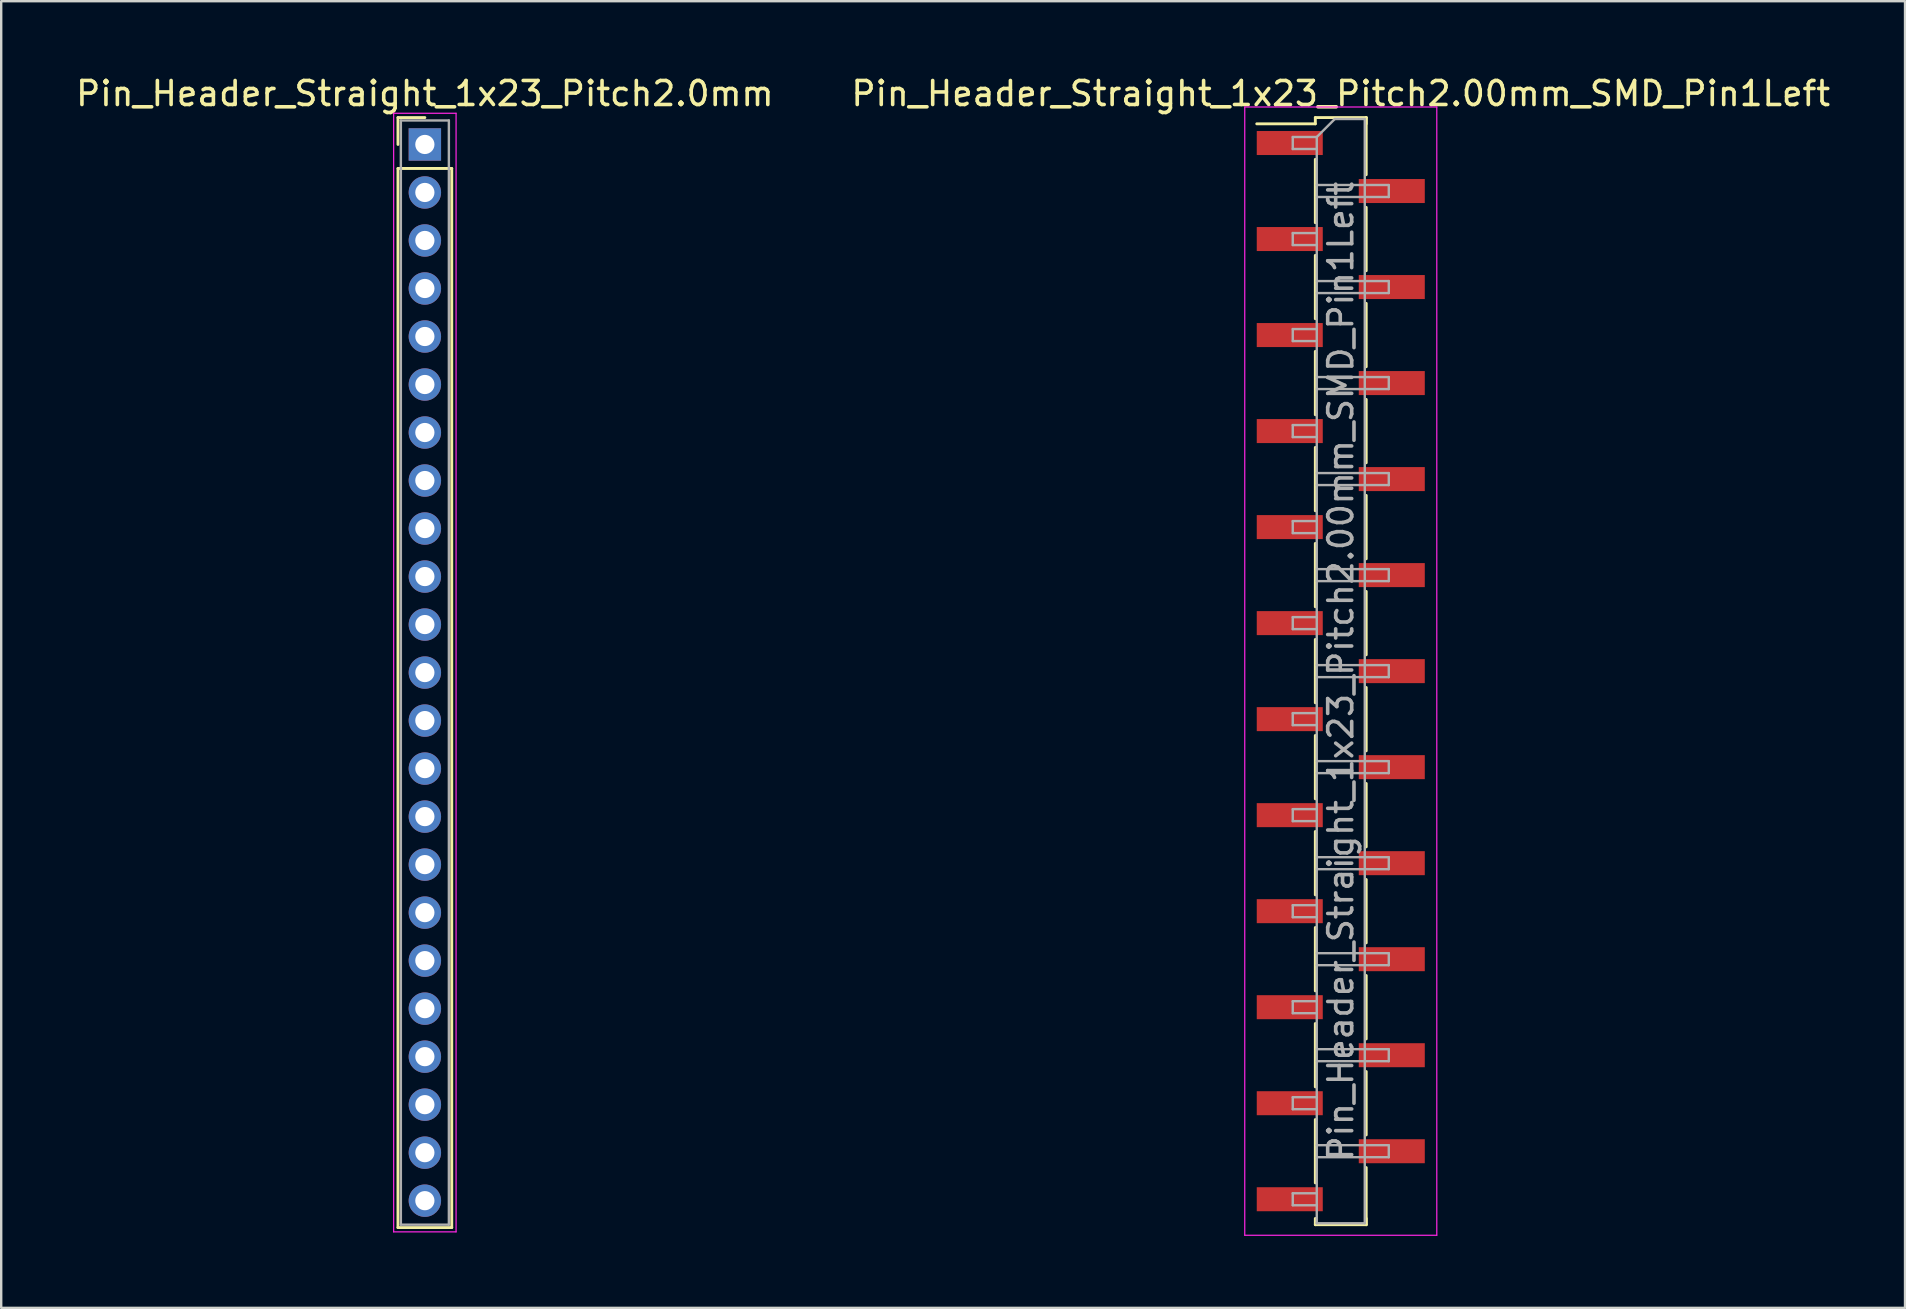
<source format=kicad_pcb>
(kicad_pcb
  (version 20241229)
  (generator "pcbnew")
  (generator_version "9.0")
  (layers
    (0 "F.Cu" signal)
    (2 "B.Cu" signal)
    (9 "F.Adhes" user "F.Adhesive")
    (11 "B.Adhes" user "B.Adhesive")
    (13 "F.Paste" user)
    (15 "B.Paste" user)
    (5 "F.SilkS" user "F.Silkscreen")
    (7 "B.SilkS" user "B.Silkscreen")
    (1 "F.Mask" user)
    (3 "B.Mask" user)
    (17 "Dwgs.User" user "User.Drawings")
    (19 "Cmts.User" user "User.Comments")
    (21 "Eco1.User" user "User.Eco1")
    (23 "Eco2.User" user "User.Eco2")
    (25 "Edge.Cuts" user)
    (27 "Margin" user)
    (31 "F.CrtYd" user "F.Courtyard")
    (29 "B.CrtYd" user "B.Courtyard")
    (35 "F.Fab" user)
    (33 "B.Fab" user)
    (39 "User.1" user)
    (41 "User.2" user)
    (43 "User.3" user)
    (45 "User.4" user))
  (footprint "Pin_Header_Straight_1x23_Pitch2.00mm_SMD_Pin1Left"
    (layer "F.Cu")
    (at 52.804 24.908)
    (property "Reference" "Pin_Header_Straight_1x23_Pitch2.00mm_SMD_Pin1Left" (at 0 -24.06 0) (layer "F.SilkS") (effects (font (size 1 1) (thickness 0.15))))
    (attr smd)
    (fp_line (start -1.06 -23.06) (end 1.06 -23.06) (stroke (width 0.12) (type solid)) (layer "F.SilkS"))
    (fp_line (start -1.06 -22.8) (end -3.5 -22.8) (stroke (width 0.12) (type solid)) (layer "F.SilkS"))
    (fp_line (start -1.06 -22.8) (end -1.06 -23.06) (stroke (width 0.12) (type solid)) (layer "F.SilkS"))
    (fp_line (start -1.06 -21.32) (end -1.06 -18.68) (stroke (width 0.12) (type solid)) (layer "F.SilkS"))
    (fp_line (start -1.06 -17.32) (end -1.06 -14.68) (stroke (width 0.12) (type solid)) (layer "F.SilkS"))
    (fp_line (start -1.06 -13.32) (end -1.06 -10.68) (stroke (width 0.12) (type solid)) (layer "F.SilkS"))
    (fp_line (start -1.06 -9.32) (end -1.06 -6.68) (stroke (width 0.12) (type solid)) (layer "F.SilkS"))
    (fp_line (start -1.06 -5.32) (end -1.06 -2.68) (stroke (width 0.12) (type solid)) (layer "F.SilkS"))
    (fp_line (start -1.06 -1.32) (end -1.06 1.32) (stroke (width 0.12) (type solid)) (layer "F.SilkS"))
    (fp_line (start -1.06 2.68) (end -1.06 5.32) (stroke (width 0.12) (type solid)) (layer "F.SilkS"))
    (fp_line (start -1.06 6.68) (end -1.06 9.32) (stroke (width 0.12) (type solid)) (layer "F.SilkS"))
    (fp_line (start -1.06 10.68) (end -1.06 13.32) (stroke (width 0.12) (type solid)) (layer "F.SilkS"))
    (fp_line (start -1.06 14.68) (end -1.06 17.32) (stroke (width 0.12) (type solid)) (layer "F.SilkS"))
    (fp_line (start -1.06 18.68) (end -1.06 21.32) (stroke (width 0.12) (type solid)) (layer "F.SilkS"))
    (fp_line (start -1.06 22.8) (end -1.06 23.06) (stroke (width 0.12) (type solid)) (layer "F.SilkS"))
    (fp_line (start -1.06 23.06) (end 1.06 23.06) (stroke (width 0.12) (type solid)) (layer "F.SilkS"))
    (fp_line (start 1.06 -23.06) (end 1.06 -22.8) (stroke (width 0.12) (type solid)) (layer "F.SilkS"))
    (fp_line (start 1.06 -23.06) (end 1.06 -20.68) (stroke (width 0.12) (type solid)) (layer "F.SilkS"))
    (fp_line (start 1.06 -19.32) (end 1.06 -16.68) (stroke (width 0.12) (type solid)) (layer "F.SilkS"))
    (fp_line (start 1.06 -15.32) (end 1.06 -12.68) (stroke (width 0.12) (type solid)) (layer "F.SilkS"))
    (fp_line (start 1.06 -11.32) (end 1.06 -8.68) (stroke (width 0.12) (type solid)) (layer "F.SilkS"))
    (fp_line (start 1.06 -7.32) (end 1.06 -4.68) (stroke (width 0.12) (type solid)) (layer "F.SilkS"))
    (fp_line (start 1.06 -3.32) (end 1.06 -0.68) (stroke (width 0.12) (type solid)) (layer "F.SilkS"))
    (fp_line (start 1.06 0.68) (end 1.06 3.32) (stroke (width 0.12) (type solid)) (layer "F.SilkS"))
    (fp_line (start 1.06 4.68) (end 1.06 7.32) (stroke (width 0.12) (type solid)) (layer "F.SilkS"))
    (fp_line (start 1.06 8.68) (end 1.06 11.32) (stroke (width 0.12) (type solid)) (layer "F.SilkS"))
    (fp_line (start 1.06 12.68) (end 1.06 15.32) (stroke (width 0.12) (type solid)) (layer "F.SilkS"))
    (fp_line (start 1.06 16.68) (end 1.06 19.32) (stroke (width 0.12) (type solid)) (layer "F.SilkS"))
    (fp_line (start 1.06 20.68) (end 1.06 23.06) (stroke (width 0.12) (type solid)) (layer "F.SilkS"))
    (fp_line (start 1.06 23.06) (end 1.06 22.8) (stroke (width 0.12) (type solid)) (layer "F.SilkS"))
    (fp_line (start -4 -23.5) (end -4 23.5) (stroke (width 0.05) (type solid)) (layer "F.CrtYd"))
    (fp_line (start -4 23.5) (end 4 23.5) (stroke (width 0.05) (type solid)) (layer "F.CrtYd"))
    (fp_line (start 4 -23.5) (end -4 -23.5) (stroke (width 0.05) (type solid)) (layer "F.CrtYd"))
    (fp_line (start 4 23.5) (end 4 -23.5) (stroke (width 0.05) (type solid)) (layer "F.CrtYd"))
    (fp_line (start -2 -22.25) (end -2 -21.75) (stroke (width 0.1) (type solid)) (layer "F.Fab"))
    (fp_line (start -2 -21.75) (end -1 -21.75) (stroke (width 0.1) (type solid)) (layer "F.Fab"))
    (fp_line (start -2 -18.25) (end -2 -17.75) (stroke (width 0.1) (type solid)) (layer "F.Fab"))
    (fp_line (start -2 -17.75) (end -1 -17.75) (stroke (width 0.1) (type solid)) (layer "F.Fab"))
    (fp_line (start -2 -14.25) (end -2 -13.75) (stroke (width 0.1) (type solid)) (layer "F.Fab"))
    (fp_line (start -2 -13.75) (end -1 -13.75) (stroke (width 0.1) (type solid)) (layer "F.Fab"))
    (fp_line (start -2 -10.25) (end -2 -9.75) (stroke (width 0.1) (type solid)) (layer "F.Fab"))
    (fp_line (start -2 -9.75) (end -1 -9.75) (stroke (width 0.1) (type solid)) (layer "F.Fab"))
    (fp_line (start -2 -6.25) (end -2 -5.75) (stroke (width 0.1) (type solid)) (layer "F.Fab"))
    (fp_line (start -2 -5.75) (end -1 -5.75) (stroke (width 0.1) (type solid)) (layer "F.Fab"))
    (fp_line (start -2 -2.25) (end -2 -1.75) (stroke (width 0.1) (type solid)) (layer "F.Fab"))
    (fp_line (start -2 -1.75) (end -1 -1.75) (stroke (width 0.1) (type solid)) (layer "F.Fab"))
    (fp_line (start -2 1.75) (end -2 2.25) (stroke (width 0.1) (type solid)) (layer "F.Fab"))
    (fp_line (start -2 2.25) (end -1 2.25) (stroke (width 0.1) (type solid)) (layer "F.Fab"))
    (fp_line (start -2 5.75) (end -2 6.25) (stroke (width 0.1) (type solid)) (layer "F.Fab"))
    (fp_line (start -2 6.25) (end -1 6.25) (stroke (width 0.1) (type solid)) (layer "F.Fab"))
    (fp_line (start -2 9.75) (end -2 10.25) (stroke (width 0.1) (type solid)) (layer "F.Fab"))
    (fp_line (start -2 10.25) (end -1 10.25) (stroke (width 0.1) (type solid)) (layer "F.Fab"))
    (fp_line (start -2 13.75) (end -2 14.25) (stroke (width 0.1) (type solid)) (layer "F.Fab"))
    (fp_line (start -2 14.25) (end -1 14.25) (stroke (width 0.1) (type solid)) (layer "F.Fab"))
    (fp_line (start -2 17.75) (end -2 18.25) (stroke (width 0.1) (type solid)) (layer "F.Fab"))
    (fp_line (start -2 18.25) (end -1 18.25) (stroke (width 0.1) (type solid)) (layer "F.Fab"))
    (fp_line (start -2 21.75) (end -2 22.25) (stroke (width 0.1) (type solid)) (layer "F.Fab"))
    (fp_line (start -2 22.25) (end -1 22.25) (stroke (width 0.1) (type solid)) (layer "F.Fab"))
    (fp_line (start -1 -22.25) (end -2 -22.25) (stroke (width 0.1) (type solid)) (layer "F.Fab"))
    (fp_line (start -1 -22.25) (end -0.25 -23) (stroke (width 0.1) (type solid)) (layer "F.Fab"))
    (fp_line (start -1 -20.25) (end 2 -20.25) (stroke (width 0.1) (type solid)) (layer "F.Fab"))
    (fp_line (start -1 -18.25) (end -2 -18.25) (stroke (width 0.1) (type solid)) (layer "F.Fab"))
    (fp_line (start -1 -16.25) (end 2 -16.25) (stroke (width 0.1) (type solid)) (layer "F.Fab"))
    (fp_line (start -1 -14.25) (end -2 -14.25) (stroke (width 0.1) (type solid)) (layer "F.Fab"))
    (fp_line (start -1 -12.25) (end 2 -12.25) (stroke (width 0.1) (type solid)) (layer "F.Fab"))
    (fp_line (start -1 -10.25) (end -2 -10.25) (stroke (width 0.1) (type solid)) (layer "F.Fab"))
    (fp_line (start -1 -8.25) (end 2 -8.25) (stroke (width 0.1) (type solid)) (layer "F.Fab"))
    (fp_line (start -1 -6.25) (end -2 -6.25) (stroke (width 0.1) (type solid)) (layer "F.Fab"))
    (fp_line (start -1 -4.25) (end 2 -4.25) (stroke (width 0.1) (type solid)) (layer "F.Fab"))
    (fp_line (start -1 -2.25) (end -2 -2.25) (stroke (width 0.1) (type solid)) (layer "F.Fab"))
    (fp_line (start -1 -0.25) (end 2 -0.25) (stroke (width 0.1) (type solid)) (layer "F.Fab"))
    (fp_line (start -1 1.75) (end -2 1.75) (stroke (width 0.1) (type solid)) (layer "F.Fab"))
    (fp_line (start -1 3.75) (end 2 3.75) (stroke (width 0.1) (type solid)) (layer "F.Fab"))
    (fp_line (start -1 5.75) (end -2 5.75) (stroke (width 0.1) (type solid)) (layer "F.Fab"))
    (fp_line (start -1 7.75) (end 2 7.75) (stroke (width 0.1) (type solid)) (layer "F.Fab"))
    (fp_line (start -1 9.75) (end -2 9.75) (stroke (width 0.1) (type solid)) (layer "F.Fab"))
    (fp_line (start -1 11.75) (end 2 11.75) (stroke (width 0.1) (type solid)) (layer "F.Fab"))
    (fp_line (start -1 13.75) (end -2 13.75) (stroke (width 0.1) (type solid)) (layer "F.Fab"))
    (fp_line (start -1 15.75) (end 2 15.75) (stroke (width 0.1) (type solid)) (layer "F.Fab"))
    (fp_line (start -1 17.75) (end -2 17.75) (stroke (width 0.1) (type solid)) (layer "F.Fab"))
    (fp_line (start -1 19.75) (end 2 19.75) (stroke (width 0.1) (type solid)) (layer "F.Fab"))
    (fp_line (start -1 21.75) (end -2 21.75) (stroke (width 0.1) (type solid)) (layer "F.Fab"))
    (fp_line (start -1 23) (end -1 -22.25) (stroke (width 0.1) (type solid)) (layer "F.Fab"))
    (fp_line (start -0.25 -23) (end 1 -23) (stroke (width 0.1) (type solid)) (layer "F.Fab"))
    (fp_line (start 1 -23) (end 1 23) (stroke (width 0.1) (type solid)) (layer "F.Fab"))
    (fp_line (start 1 23) (end -1 23) (stroke (width 0.1) (type solid)) (layer "F.Fab"))
    (fp_line (start 2 -20.25) (end 2 -19.75) (stroke (width 0.1) (type solid)) (layer "F.Fab"))
    (fp_line (start 2 -19.75) (end -1 -19.75) (stroke (width 0.1) (type solid)) (layer "F.Fab"))
    (fp_line (start 2 -16.25) (end 2 -15.75) (stroke (width 0.1) (type solid)) (layer "F.Fab"))
    (fp_line (start 2 -15.75) (end -1 -15.75) (stroke (width 0.1) (type solid)) (layer "F.Fab"))
    (fp_line (start 2 -12.25) (end 2 -11.75) (stroke (width 0.1) (type solid)) (layer "F.Fab"))
    (fp_line (start 2 -11.75) (end -1 -11.75) (stroke (width 0.1) (type solid)) (layer "F.Fab"))
    (fp_line (start 2 -8.25) (end 2 -7.75) (stroke (width 0.1) (type solid)) (layer "F.Fab"))
    (fp_line (start 2 -7.75) (end -1 -7.75) (stroke (width 0.1) (type solid)) (layer "F.Fab"))
    (fp_line (start 2 -4.25) (end 2 -3.75) (stroke (width 0.1) (type solid)) (layer "F.Fab"))
    (fp_line (start 2 -3.75) (end -1 -3.75) (stroke (width 0.1) (type solid)) (layer "F.Fab"))
    (fp_line (start 2 -0.25) (end 2 0.25) (stroke (width 0.1) (type solid)) (layer "F.Fab"))
    (fp_line (start 2 0.25) (end -1 0.25) (stroke (width 0.1) (type solid)) (layer "F.Fab"))
    (fp_line (start 2 3.75) (end 2 4.25) (stroke (width 0.1) (type solid)) (layer "F.Fab"))
    (fp_line (start 2 4.25) (end -1 4.25) (stroke (width 0.1) (type solid)) (layer "F.Fab"))
    (fp_line (start 2 7.75) (end 2 8.25) (stroke (width 0.1) (type solid)) (layer "F.Fab"))
    (fp_line (start 2 8.25) (end -1 8.25) (stroke (width 0.1) (type solid)) (layer "F.Fab"))
    (fp_line (start 2 11.75) (end 2 12.25) (stroke (width 0.1) (type solid)) (layer "F.Fab"))
    (fp_line (start 2 12.25) (end -1 12.25) (stroke (width 0.1) (type solid)) (layer "F.Fab"))
    (fp_line (start 2 15.75) (end 2 16.25) (stroke (width 0.1) (type solid)) (layer "F.Fab"))
    (fp_line (start 2 16.25) (end -1 16.25) (stroke (width 0.1) (type solid)) (layer "F.Fab"))
    (fp_line (start 2 19.75) (end 2 20.25) (stroke (width 0.1) (type solid)) (layer "F.Fab"))
    (fp_line (start 2 20.25) (end -1 20.25) (stroke (width 0.1) (type solid)) (layer "F.Fab"))
    (fp_text user "${REFERENCE}" (at 0 0 90) (layer "F.Fab") (effects (font (size 1 1) (thickness 0.15))))
    (pad "1" smd rect (at -2.125 -22) (size 2.75 1) (layers "F.Cu" "F.Mask"))
    (pad "2" smd rect (at 2.125 -20) (size 2.75 1) (layers "F.Cu" "F.Mask"))
    (pad "3" smd rect (at -2.125 -18) (size 2.75 1) (layers "F.Cu" "F.Mask"))
    (pad "4" smd rect (at 2.125 -16) (size 2.75 1) (layers "F.Cu" "F.Mask"))
    (pad "5" smd rect (at -2.125 -14) (size 2.75 1) (layers "F.Cu" "F.Mask"))
    (pad "6" smd rect (at 2.125 -12) (size 2.75 1) (layers "F.Cu" "F.Mask"))
    (pad "7" smd rect (at -2.125 -10) (size 2.75 1) (layers "F.Cu" "F.Mask"))
    (pad "8" smd rect (at 2.125 -8) (size 2.75 1) (layers "F.Cu" "F.Mask"))
    (pad "9" smd rect (at -2.125 -6) (size 2.75 1) (layers "F.Cu" "F.Mask"))
    (pad "10" smd rect (at 2.125 -4) (size 2.75 1) (layers "F.Cu" "F.Mask"))
    (pad "11" smd rect (at -2.125 -2) (size 2.75 1) (layers "F.Cu" "F.Mask"))
    (pad "12" smd rect (at 2.125 0) (size 2.75 1) (layers "F.Cu" "F.Mask"))
    (pad "13" smd rect (at -2.125 2) (size 2.75 1) (layers "F.Cu" "F.Mask"))
    (pad "14" smd rect (at 2.125 4) (size 2.75 1) (layers "F.Cu" "F.Mask"))
    (pad "15" smd rect (at -2.125 6) (size 2.75 1) (layers "F.Cu" "F.Mask"))
    (pad "16" smd rect (at 2.125 8) (size 2.75 1) (layers "F.Cu" "F.Mask"))
    (pad "17" smd rect (at -2.125 10) (size 2.75 1) (layers "F.Cu" "F.Mask"))
    (pad "18" smd rect (at 2.125 12) (size 2.75 1) (layers "F.Cu" "F.Mask"))
    (pad "19" smd rect (at -2.125 14) (size 2.75 1) (layers "F.Cu" "F.Mask"))
    (pad "20" smd rect (at 2.125 16) (size 2.75 1) (layers "F.Cu" "F.Mask"))
    (pad "21" smd rect (at -2.125 18) (size 2.75 1) (layers "F.Cu" "F.Mask"))
    (pad "22" smd rect (at 2.125 20) (size 2.75 1) (layers "F.Cu" "F.Mask"))
    (pad "23" smd rect (at -2.125 22) (size 2.75 1) (layers "F.Cu" "F.Mask")))
  (footprint "Pin_Header_Straight_1x23_Pitch2.0mm"
    (layer "F.Cu")
    (at 14.649 2.968)
    (property "Reference" "Pin_Header_Straight_1x23_Pitch2.0mm" (at 0 -2.12 0) (layer "F.SilkS") (effects (font (size 1 1) (thickness 0.15))))
    (attr through_hole)
    (fp_line (start -1.12 -1.12) (end 0 -1.12) (stroke (width 0.12) (type solid)) (layer "F.SilkS"))
    (fp_line (start -1.12 0) (end -1.12 -1.12) (stroke (width 0.12) (type solid)) (layer "F.SilkS"))
    (fp_line (start -1.12 1) (end -1.12 45.12) (stroke (width 0.12) (type solid)) (layer "F.SilkS"))
    (fp_line (start -1.12 45.12) (end 1.12 45.12) (stroke (width 0.12) (type solid)) (layer "F.SilkS"))
    (fp_line (start 1.12 1) (end -1.12 1) (stroke (width 0.12) (type solid)) (layer "F.SilkS"))
    (fp_line (start 1.12 45.12) (end 1.12 1) (stroke (width 0.12) (type solid)) (layer "F.SilkS"))
    (fp_line (start -1.3 -1.3) (end -1.3 45.3) (stroke (width 0.05) (type solid)) (layer "F.CrtYd"))
    (fp_line (start -1.3 45.3) (end 1.3 45.3) (stroke (width 0.05) (type solid)) (layer "F.CrtYd"))
    (fp_line (start 1.3 -1.3) (end -1.3 -1.3) (stroke (width 0.05) (type solid)) (layer "F.CrtYd"))
    (fp_line (start 1.3 45.3) (end 1.3 -1.3) (stroke (width 0.05) (type solid)) (layer "F.CrtYd"))
    (fp_line (start -1 -1) (end -1 45) (stroke (width 0.1) (type solid)) (layer "F.Fab"))
    (fp_line (start -1 45) (end 1 45) (stroke (width 0.1) (type solid)) (layer "F.Fab"))
    (fp_line (start 1 -1) (end -1 -1) (stroke (width 0.1) (type solid)) (layer "F.Fab"))
    (fp_line (start 1 45) (end 1 -1) (stroke (width 0.1) (type solid)) (layer "F.Fab"))
    (pad "1" thru_hole rect (at 0 0) (size 1.35 1.35) (drill 0.8) (layers "*.Cu" "*.Mask"))
    (pad "2" thru_hole oval (at 0 2) (size 1.35 1.35) (drill 0.8) (layers "*.Cu" "*.Mask"))
    (pad "3" thru_hole oval (at 0 4) (size 1.35 1.35) (drill 0.8) (layers "*.Cu" "*.Mask"))
    (pad "4" thru_hole oval (at 0 6) (size 1.35 1.35) (drill 0.8) (layers "*.Cu" "*.Mask"))
    (pad "5" thru_hole oval (at 0 8) (size 1.35 1.35) (drill 0.8) (layers "*.Cu" "*.Mask"))
    (pad "6" thru_hole oval (at 0 10) (size 1.35 1.35) (drill 0.8) (layers "*.Cu" "*.Mask"))
    (pad "7" thru_hole oval (at 0 12) (size 1.35 1.35) (drill 0.8) (layers "*.Cu" "*.Mask"))
    (pad "8" thru_hole oval (at 0 14) (size 1.35 1.35) (drill 0.8) (layers "*.Cu" "*.Mask"))
    (pad "9" thru_hole oval (at 0 16) (size 1.35 1.35) (drill 0.8) (layers "*.Cu" "*.Mask"))
    (pad "10" thru_hole oval (at 0 18) (size 1.35 1.35) (drill 0.8) (layers "*.Cu" "*.Mask"))
    (pad "11" thru_hole oval (at 0 20) (size 1.35 1.35) (drill 0.8) (layers "*.Cu" "*.Mask"))
    (pad "12" thru_hole oval (at 0 22) (size 1.35 1.35) (drill 0.8) (layers "*.Cu" "*.Mask"))
    (pad "13" thru_hole oval (at 0 24) (size 1.35 1.35) (drill 0.8) (layers "*.Cu" "*.Mask"))
    (pad "14" thru_hole oval (at 0 26) (size 1.35 1.35) (drill 0.8) (layers "*.Cu" "*.Mask"))
    (pad "15" thru_hole oval (at 0 28) (size 1.35 1.35) (drill 0.8) (layers "*.Cu" "*.Mask"))
    (pad "16" thru_hole oval (at 0 30) (size 1.35 1.35) (drill 0.8) (layers "*.Cu" "*.Mask"))
    (pad "17" thru_hole oval (at 0 32) (size 1.35 1.35) (drill 0.8) (layers "*.Cu" "*.Mask"))
    (pad "18" thru_hole oval (at 0 34) (size 1.35 1.35) (drill 0.8) (layers "*.Cu" "*.Mask"))
    (pad "19" thru_hole oval (at 0 36) (size 1.35 1.35) (drill 0.8) (layers "*.Cu" "*.Mask"))
    (pad "20" thru_hole oval (at 0 38) (size 1.35 1.35) (drill 0.8) (layers "*.Cu" "*.Mask"))
    (pad "21" thru_hole oval (at 0 40) (size 1.35 1.35) (drill 0.8) (layers "*.Cu" "*.Mask"))
    (pad "22" thru_hole oval (at 0 42) (size 1.35 1.35) (drill 0.8) (layers "*.Cu" "*.Mask"))
    (pad "23" thru_hole oval (at 0 44) (size 1.35 1.35) (drill 0.8) (layers "*.Cu" "*.Mask")))
  (gr_rect
    (start -3 -3)
    (end 76.31 51.433)
    (stroke (width 0.1) (type default))
    (fill no)
    (layer "Edge.Cuts")))
</source>
